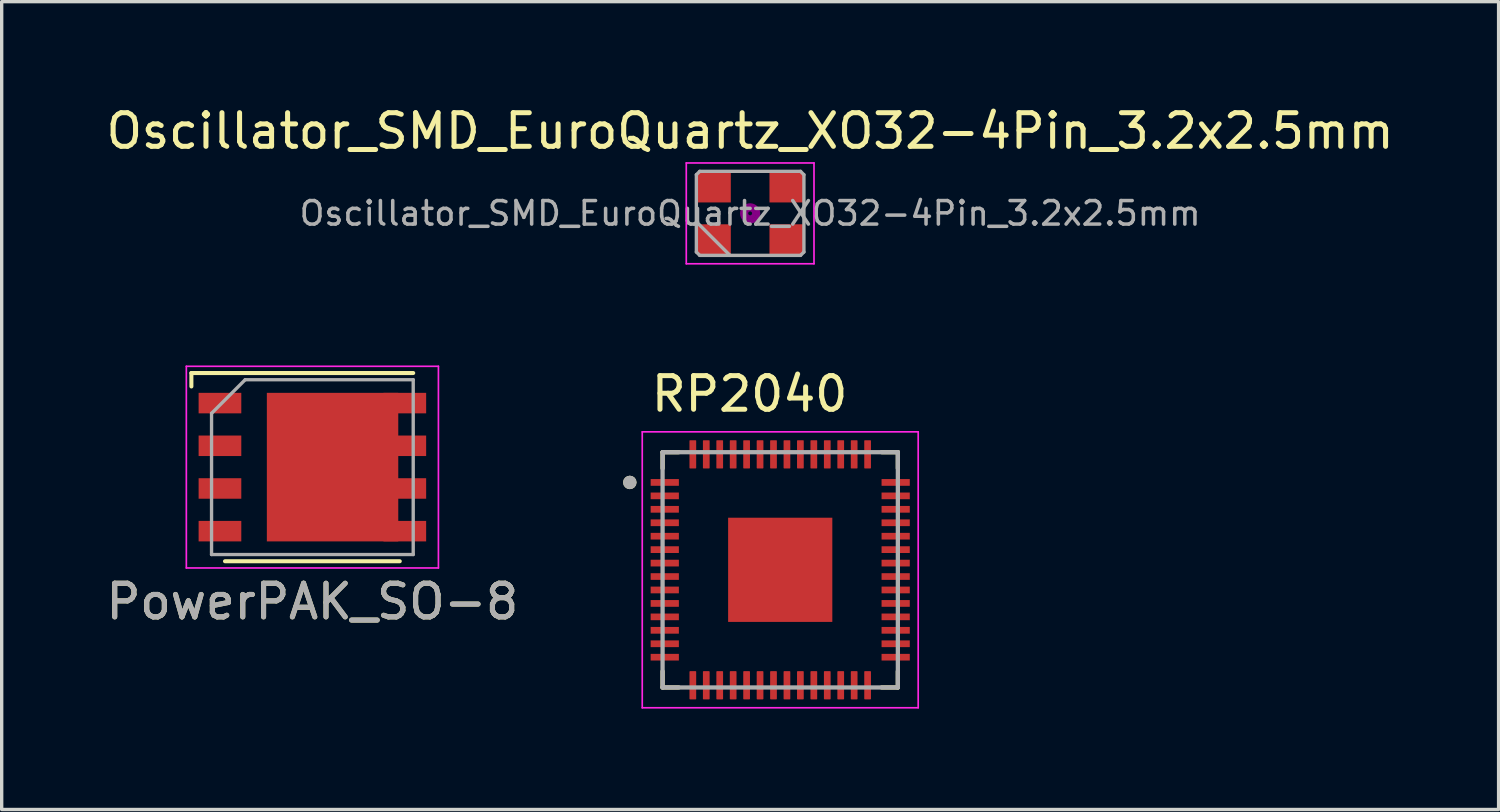
<source format=kicad_pcb>
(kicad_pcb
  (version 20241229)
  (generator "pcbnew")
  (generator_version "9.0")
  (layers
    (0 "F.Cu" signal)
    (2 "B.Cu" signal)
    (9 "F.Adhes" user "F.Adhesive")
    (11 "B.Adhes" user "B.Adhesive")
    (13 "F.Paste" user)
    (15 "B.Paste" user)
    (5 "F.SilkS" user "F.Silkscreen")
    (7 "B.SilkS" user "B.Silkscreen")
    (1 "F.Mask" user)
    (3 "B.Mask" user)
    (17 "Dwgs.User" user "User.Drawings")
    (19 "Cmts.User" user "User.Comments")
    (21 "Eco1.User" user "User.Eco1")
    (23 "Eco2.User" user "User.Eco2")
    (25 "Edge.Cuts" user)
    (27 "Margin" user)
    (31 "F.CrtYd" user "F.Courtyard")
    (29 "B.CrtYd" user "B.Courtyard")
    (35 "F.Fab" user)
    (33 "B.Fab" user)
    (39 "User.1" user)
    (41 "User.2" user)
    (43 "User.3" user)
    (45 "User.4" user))
  (footprint "PowerPAK_SO-8"
    (layer "F.Cu")
    (at 6.244 10.848)
    (property "Reference" "PowerPAK_SO-8" (at 0 4 0) (layer "F.SilkS") (effects (font (size 1 1) (thickness 0.15))))
    (attr smd)
    (fp_line (start -3.6 -2.8) (end -3.6 -2.4) (stroke (width 0.12) (type solid)) (layer "F.SilkS"))
    (fp_line (start 2.6 2.8) (end -2.6 2.8) (stroke (width 0.12) (type solid)) (layer "F.SilkS"))
    (fp_line (start 3 -2.8) (end -3.6 -2.8) (stroke (width 0.12) (type solid)) (layer "F.SilkS"))
    (fp_line (start -3.75 -3) (end -3.75 3) (stroke (width 0.05) (type solid)) (layer "F.CrtYd"))
    (fp_line (start -3.75 3) (end 3.75 3) (stroke (width 0.05) (type solid)) (layer "F.CrtYd"))
    (fp_line (start 3.75 -3) (end -3.75 -3) (stroke (width 0.05) (type solid)) (layer "F.CrtYd"))
    (fp_line (start 3.75 3) (end 3.75 -3) (stroke (width 0.05) (type solid)) (layer "F.CrtYd"))
    (fp_line (start -3 2.6) (end -3 -1.6) (stroke (width 0.1) (type solid)) (layer "F.Fab"))
    (fp_line (start -2 -2.6) (end -3 -1.6) (stroke (width 0.1) (type solid)) (layer "F.Fab"))
    (fp_line (start -2 -2.6) (end 3 -2.6) (stroke (width 0.1) (type solid)) (layer "F.Fab"))
    (fp_line (start 3 -2.6) (end 3 2.6) (stroke (width 0.1) (type solid)) (layer "F.Fab"))
    (fp_line (start 3 2.6) (end -3 2.6) (stroke (width 0.1) (type solid)) (layer "F.Fab"))
    (fp_text user "${REFERENCE}" (at 0 4 0) (layer "F.Fab") (effects (font (size 1 1) (thickness 0.15))))
    (pad "1" smd rect (at -2.75 -1.905 270) (size 0.61 1.27) (layers "F.Cu" "F.Mask" "F.Paste"))
    (pad "2" smd rect (at -2.75 -0.635 270) (size 0.61 1.27) (layers "F.Cu" "F.Mask" "F.Paste"))
    (pad "3" smd rect (at -2.75 0.635 270) (size 0.61 1.27) (layers "F.Cu" "F.Mask" "F.Paste"))
    (pad "4" smd rect (at -2.75 1.905 270) (size 0.61 1.27) (layers "F.Cu" "F.Mask" "F.Paste"))
    (pad "5" smd rect (at -0.75 -1.09 270) (size 1.55 1.2) (layers "F.Cu" "F.Mask" "F.Paste"))
    (pad "5" smd rect (at -0.75 1.09 270) (size 1.55 1.2) (layers "F.Cu" "F.Mask" "F.Paste"))
    (pad "5" smd rect (at 0.6 0 270) (size 4.42 3.91) (layers "F.Cu" "F.Mask" "F.Paste"))
    (pad "5" smd rect (at 1.25 -1.09 270) (size 1.55 1.6) (layers "F.Cu" "F.Mask" "F.Paste"))
    (pad "5" smd rect (at 1.25 1.09 270) (size 1.55 1.6) (layers "F.Cu" "F.Mask" "F.Paste"))
    (pad "5" smd rect (at 2.75 -1.905 270) (size 0.61 1.27) (layers "F.Cu" "F.Mask" "F.Paste"))
    (pad "5" smd rect (at 2.75 -0.635 270) (size 0.61 1.27) (layers "F.Cu" "F.Mask" "F.Paste"))
    (pad "5" smd rect (at 2.75 0.635 270) (size 0.61 1.27) (layers "F.Cu" "F.Mask" "F.Paste"))
    (pad "5" smd rect (at 2.75 1.905 270) (size 0.61 1.27) (layers "F.Cu" "F.Mask" "F.Paste")))
  (footprint "Oscillator_SMD_EuroQuartz_XO32-4Pin_3.2x2.5mm"
    (layer "F.Cu")
    (at 19.268 3.298)
    (property "Reference" "Oscillator_SMD_EuroQuartz_XO32-4Pin_3.2x2.5mm" (at 0 -2.45 0) (layer "F.SilkS") (effects (font (size 1 1) (thickness 0.15))))
    (attr smd)
    (fp_circle (center 0 0) (end 0.058 0) (stroke (width 0.117) (type solid)) (fill no) (layer "F.Adhes"))
    (fp_circle (center 0 0) (end 0.133 0) (stroke (width 0.083) (type solid)) (fill no) (layer "F.Adhes"))
    (fp_circle (center 0 0) (end 0.208 0) (stroke (width 0.083) (type solid)) (fill no) (layer "F.Adhes"))
    (fp_circle (center 0 0) (end 0.25 0) (stroke (width 0.1) (type solid)) (fill no) (layer "F.Adhes"))
    (fp_line (start -1.9 -1.5) (end -1.9 1.5) (stroke (width 0.05) (type solid)) (layer "F.CrtYd"))
    (fp_line (start -1.9 1.5) (end 1.9 1.5) (stroke (width 0.05) (type solid)) (layer "F.CrtYd"))
    (fp_line (start 1.9 -1.5) (end -1.9 -1.5) (stroke (width 0.05) (type solid)) (layer "F.CrtYd"))
    (fp_line (start 1.9 1.5) (end 1.9 -1.5) (stroke (width 0.05) (type solid)) (layer "F.CrtYd"))
    (fp_line (start -1.6 -1.15) (end -1.5 -1.25) (stroke (width 0.1) (type solid)) (layer "F.Fab"))
    (fp_line (start -1.6 0.25) (end -0.6 1.25) (stroke (width 0.1) (type solid)) (layer "F.Fab"))
    (fp_line (start -1.6 1.15) (end -1.6 -1.15) (stroke (width 0.1) (type solid)) (layer "F.Fab"))
    (fp_line (start -1.5 -1.25) (end 1.5 -1.25) (stroke (width 0.1) (type solid)) (layer "F.Fab"))
    (fp_line (start -1.5 1.25) (end -1.6 1.15) (stroke (width 0.1) (type solid)) (layer "F.Fab"))
    (fp_line (start 1.5 -1.25) (end 1.6 -1.15) (stroke (width 0.1) (type solid)) (layer "F.Fab"))
    (fp_line (start 1.5 1.25) (end -1.5 1.25) (stroke (width 0.1) (type solid)) (layer "F.Fab"))
    (fp_line (start 1.6 -1.15) (end 1.6 1.15) (stroke (width 0.1) (type solid)) (layer "F.Fab"))
    (fp_line (start 1.6 1.15) (end 1.5 1.25) (stroke (width 0.1) (type solid)) (layer "F.Fab"))
    (fp_text user "${REFERENCE}" (at 0 0 0) (layer "F.Fab") (effects (font (size 0.7 0.7) (thickness 0.105))))
    (pad "1" smd rect (at -1.075 0.775) (size 1 0.9) (layers "F.Cu" "F.Mask" "F.Paste"))
    (pad "2" smd rect (at 1.075 0.775) (size 1 0.9) (layers "F.Cu" "F.Mask" "F.Paste"))
    (pad "3" smd rect (at 1.075 -0.775) (size 1 0.9) (layers "F.Cu" "F.Mask" "F.Paste"))
    (pad "4" smd rect (at -1.075 -0.775) (size 1 0.9) (layers "F.Cu" "F.Mask" "F.Paste")))
  (footprint "RP2040"
    (layer "F.Cu")
    (at 20.163 13.903)
    (property "Reference" "RP2040" (at -0.911 -5.232 0) (layer "F.SilkS") (effects (font (size 1 1) (thickness 0.15))))
    (attr smd)
    (fp_line (start -3.5 -3.5) (end -3.5 -3.02) (stroke (width 0.127) (type solid)) (layer "F.SilkS"))
    (fp_line (start -3.5 -3.5) (end -3.02 -3.5) (stroke (width 0.127) (type solid)) (layer "F.SilkS"))
    (fp_line (start -3.5 3.5) (end -3.5 3.02) (stroke (width 0.127) (type solid)) (layer "F.SilkS"))
    (fp_line (start -3.5 3.5) (end -3.02 3.5) (stroke (width 0.127) (type solid)) (layer "F.SilkS"))
    (fp_line (start 3.5 -3.5) (end 3.02 -3.5) (stroke (width 0.127) (type solid)) (layer "F.SilkS"))
    (fp_line (start 3.5 -3.5) (end 3.5 -3.02) (stroke (width 0.127) (type solid)) (layer "F.SilkS"))
    (fp_line (start 3.5 3.5) (end 3.02 3.5) (stroke (width 0.127) (type solid)) (layer "F.SilkS"))
    (fp_line (start 3.5 3.5) (end 3.5 3.02) (stroke (width 0.127) (type solid)) (layer "F.SilkS"))
    (fp_circle (center -4.475 -2.6) (end -4.375 -2.6) (stroke (width 0.2) (type solid)) (fill no) (layer "F.SilkS"))
    (fp_poly (pts (xy -0.98 -0.98) (xy 0.98 -0.98) (xy 0.98 0.98) (xy -0.98 0.98)) (stroke (width 0.01) (type solid)) (fill yes) (layer "F.Paste"))
    (fp_line (start -4.105 -4.105) (end 4.105 -4.105) (stroke (width 0.05) (type solid)) (layer "F.CrtYd"))
    (fp_line (start -4.105 4.105) (end -4.105 -4.105) (stroke (width 0.05) (type solid)) (layer "F.CrtYd"))
    (fp_line (start -4.105 4.105) (end 4.105 4.105) (stroke (width 0.05) (type solid)) (layer "F.CrtYd"))
    (fp_line (start 4.105 4.105) (end 4.105 -4.105) (stroke (width 0.05) (type solid)) (layer "F.CrtYd"))
    (fp_line (start -3.5 3.5) (end -3.5 -3.5) (stroke (width 0.127) (type solid)) (layer "F.Fab"))
    (fp_line (start 3.5 -3.5) (end -3.5 -3.5) (stroke (width 0.127) (type solid)) (layer "F.Fab"))
    (fp_line (start 3.5 3.5) (end -3.5 3.5) (stroke (width 0.127) (type solid)) (layer "F.Fab"))
    (fp_line (start 3.5 3.5) (end 3.5 -3.5) (stroke (width 0.127) (type solid)) (layer "F.Fab"))
    (fp_circle (center -4.475 -2.6) (end -4.375 -2.6) (stroke (width 0.2) (type solid)) (fill no) (layer "F.Fab"))
    (pad "1" smd roundrect (at -3.435 -2.6) (size 0.84 0.2) (layers "F.Cu" "F.Mask" "F.Paste") (roundrect_rratio 0.03))
    (pad "2" smd roundrect (at -3.435 -2.2) (size 0.84 0.2) (layers "F.Cu" "F.Mask" "F.Paste") (roundrect_rratio 0.03))
    (pad "3" smd roundrect (at -3.435 -1.8) (size 0.84 0.2) (layers "F.Cu" "F.Mask" "F.Paste") (roundrect_rratio 0.03))
    (pad "4" smd roundrect (at -3.435 -1.4) (size 0.84 0.2) (layers "F.Cu" "F.Mask" "F.Paste") (roundrect_rratio 0.03))
    (pad "5" smd roundrect (at -3.435 -1) (size 0.84 0.2) (layers "F.Cu" "F.Mask" "F.Paste") (roundrect_rratio 0.03))
    (pad "6" smd roundrect (at -3.435 -0.6) (size 0.84 0.2) (layers "F.Cu" "F.Mask" "F.Paste") (roundrect_rratio 0.03))
    (pad "7" smd roundrect (at -3.435 -0.2) (size 0.84 0.2) (layers "F.Cu" "F.Mask" "F.Paste") (roundrect_rratio 0.03))
    (pad "8" smd roundrect (at -3.435 0.2) (size 0.84 0.2) (layers "F.Cu" "F.Mask" "F.Paste") (roundrect_rratio 0.03))
    (pad "9" smd roundrect (at -3.435 0.6) (size 0.84 0.2) (layers "F.Cu" "F.Mask" "F.Paste") (roundrect_rratio 0.03))
    (pad "10" smd roundrect (at -3.435 1) (size 0.84 0.2) (layers "F.Cu" "F.Mask" "F.Paste") (roundrect_rratio 0.03))
    (pad "11" smd roundrect (at -3.435 1.4) (size 0.84 0.2) (layers "F.Cu" "F.Mask" "F.Paste") (roundrect_rratio 0.03))
    (pad "12" smd roundrect (at -3.435 1.8) (size 0.84 0.2) (layers "F.Cu" "F.Mask" "F.Paste") (roundrect_rratio 0.03))
    (pad "13" smd roundrect (at -3.435 2.2) (size 0.84 0.2) (layers "F.Cu" "F.Mask" "F.Paste") (roundrect_rratio 0.03))
    (pad "14" smd roundrect (at -3.435 2.6) (size 0.84 0.2) (layers "F.Cu" "F.Mask" "F.Paste") (roundrect_rratio 0.03))
    (pad "15" smd roundrect (at -2.6 3.435) (size 0.2 0.84) (layers "F.Cu" "F.Mask" "F.Paste") (roundrect_rratio 0.1))
    (pad "16" smd roundrect (at -2.2 3.435) (size 0.2 0.84) (layers "F.Cu" "F.Mask" "F.Paste") (roundrect_rratio 0.1))
    (pad "17" smd roundrect (at -1.8 3.435) (size 0.2 0.84) (layers "F.Cu" "F.Mask" "F.Paste") (roundrect_rratio 0.1))
    (pad "18" smd roundrect (at -1.4 3.435) (size 0.2 0.84) (layers "F.Cu" "F.Mask" "F.Paste") (roundrect_rratio 0.1))
    (pad "19" smd roundrect (at -1 3.435) (size 0.2 0.84) (layers "F.Cu" "F.Mask" "F.Paste") (roundrect_rratio 0.1))
    (pad "20" smd roundrect (at -0.6 3.435) (size 0.2 0.84) (layers "F.Cu" "F.Mask" "F.Paste") (roundrect_rratio 0.1))
    (pad "21" smd roundrect (at -0.2 3.435) (size 0.2 0.84) (layers "F.Cu" "F.Mask" "F.Paste") (roundrect_rratio 0.1))
    (pad "22" smd roundrect (at 0.2 3.435) (size 0.2 0.84) (layers "F.Cu" "F.Mask" "F.Paste") (roundrect_rratio 0.1))
    (pad "23" smd roundrect (at 0.6 3.435) (size 0.2 0.84) (layers "F.Cu" "F.Mask" "F.Paste") (roundrect_rratio 0.1))
    (pad "24" smd roundrect (at 1 3.435) (size 0.2 0.84) (layers "F.Cu" "F.Mask" "F.Paste") (roundrect_rratio 0.1))
    (pad "25" smd roundrect (at 1.4 3.435) (size 0.2 0.84) (layers "F.Cu" "F.Mask" "F.Paste") (roundrect_rratio 0.1))
    (pad "26" smd roundrect (at 1.8 3.435) (size 0.2 0.84) (layers "F.Cu" "F.Mask" "F.Paste") (roundrect_rratio 0.1))
    (pad "27" smd roundrect (at 2.2 3.435) (size 0.2 0.84) (layers "F.Cu" "F.Mask" "F.Paste") (roundrect_rratio 0.1))
    (pad "28" smd roundrect (at 2.6 3.435) (size 0.2 0.84) (layers "F.Cu" "F.Mask" "F.Paste") (roundrect_rratio 0.1))
    (pad "29" smd roundrect (at 3.435 2.6) (size 0.84 0.2) (layers "F.Cu" "F.Mask" "F.Paste") (roundrect_rratio 0.03))
    (pad "30" smd roundrect (at 3.435 2.2) (size 0.84 0.2) (layers "F.Cu" "F.Mask" "F.Paste") (roundrect_rratio 0.03))
    (pad "31" smd roundrect (at 3.435 1.8) (size 0.84 0.2) (layers "F.Cu" "F.Mask" "F.Paste") (roundrect_rratio 0.03))
    (pad "32" smd roundrect (at 3.435 1.4) (size 0.84 0.2) (layers "F.Cu" "F.Mask" "F.Paste") (roundrect_rratio 0.03))
    (pad "33" smd roundrect (at 3.435 1) (size 0.84 0.2) (layers "F.Cu" "F.Mask" "F.Paste") (roundrect_rratio 0.03))
    (pad "34" smd roundrect (at 3.435 0.6) (size 0.84 0.2) (layers "F.Cu" "F.Mask" "F.Paste") (roundrect_rratio 0.03))
    (pad "35" smd roundrect (at 3.435 0.2) (size 0.84 0.2) (layers "F.Cu" "F.Mask" "F.Paste") (roundrect_rratio 0.03))
    (pad "36" smd roundrect (at 3.435 -0.2) (size 0.84 0.2) (layers "F.Cu" "F.Mask" "F.Paste") (roundrect_rratio 0.03))
    (pad "37" smd roundrect (at 3.435 -0.6) (size 0.84 0.2) (layers "F.Cu" "F.Mask" "F.Paste") (roundrect_rratio 0.03))
    (pad "38" smd roundrect (at 3.435 -1) (size 0.84 0.2) (layers "F.Cu" "F.Mask" "F.Paste") (roundrect_rratio 0.03))
    (pad "39" smd roundrect (at 3.435 -1.4) (size 0.84 0.2) (layers "F.Cu" "F.Mask" "F.Paste") (roundrect_rratio 0.03))
    (pad "40" smd roundrect (at 3.435 -1.8) (size 0.84 0.2) (layers "F.Cu" "F.Mask" "F.Paste") (roundrect_rratio 0.03))
    (pad "41" smd roundrect (at 3.435 -2.2) (size 0.84 0.2) (layers "F.Cu" "F.Mask" "F.Paste") (roundrect_rratio 0.03))
    (pad "42" smd roundrect (at 3.435 -2.6) (size 0.84 0.2) (layers "F.Cu" "F.Mask" "F.Paste") (roundrect_rratio 0.03))
    (pad "43" smd roundrect (at 2.6 -3.435) (size 0.2 0.84) (layers "F.Cu" "F.Mask" "F.Paste") (roundrect_rratio 0.1))
    (pad "44" smd roundrect (at 2.2 -3.435) (size 0.2 0.84) (layers "F.Cu" "F.Mask" "F.Paste") (roundrect_rratio 0.1))
    (pad "45" smd roundrect (at 1.8 -3.435) (size 0.2 0.84) (layers "F.Cu" "F.Mask" "F.Paste") (roundrect_rratio 0.1))
    (pad "46" smd roundrect (at 1.4 -3.435) (size 0.2 0.84) (layers "F.Cu" "F.Mask" "F.Paste") (roundrect_rratio 0.1))
    (pad "47" smd roundrect (at 1 -3.435) (size 0.2 0.84) (layers "F.Cu" "F.Mask" "F.Paste") (roundrect_rratio 0.1))
    (pad "48" smd roundrect (at 0.6 -3.435) (size 0.2 0.84) (layers "F.Cu" "F.Mask" "F.Paste") (roundrect_rratio 0.1))
    (pad "49" smd roundrect (at 0.2 -3.435) (size 0.2 0.84) (layers "F.Cu" "F.Mask" "F.Paste") (roundrect_rratio 0.1))
    (pad "50" smd roundrect (at -0.2 -3.435) (size 0.2 0.84) (layers "F.Cu" "F.Mask" "F.Paste") (roundrect_rratio 0.1))
    (pad "51" smd roundrect (at -0.6 -3.435) (size 0.2 0.84) (layers "F.Cu" "F.Mask" "F.Paste") (roundrect_rratio 0.1))
    (pad "52" smd roundrect (at -1 -3.435) (size 0.2 0.84) (layers "F.Cu" "F.Mask" "F.Paste") (roundrect_rratio 0.1))
    (pad "53" smd roundrect (at -1.4 -3.435) (size 0.2 0.84) (layers "F.Cu" "F.Mask" "F.Paste") (roundrect_rratio 0.1))
    (pad "54" smd roundrect (at -1.8 -3.435) (size 0.2 0.84) (layers "F.Cu" "F.Mask" "F.Paste") (roundrect_rratio 0.1))
    (pad "55" smd roundrect (at -2.2 -3.435) (size 0.2 0.84) (layers "F.Cu" "F.Mask" "F.Paste") (roundrect_rratio 0.1))
    (pad "56" smd roundrect (at -2.6 -3.435) (size 0.2 0.84) (layers "F.Cu" "F.Mask" "F.Paste") (roundrect_rratio 0.1))
    (pad "57" smd rect (at 0 0) (size 3.1 3.1) (layers "F.Cu" "F.Mask")))
  (gr_rect
    (start -3 -3)
    (end 41.536 21.034)
    (stroke (width 0.1) (type default))
    (fill no)
    (layer "Edge.Cuts")))
</source>
